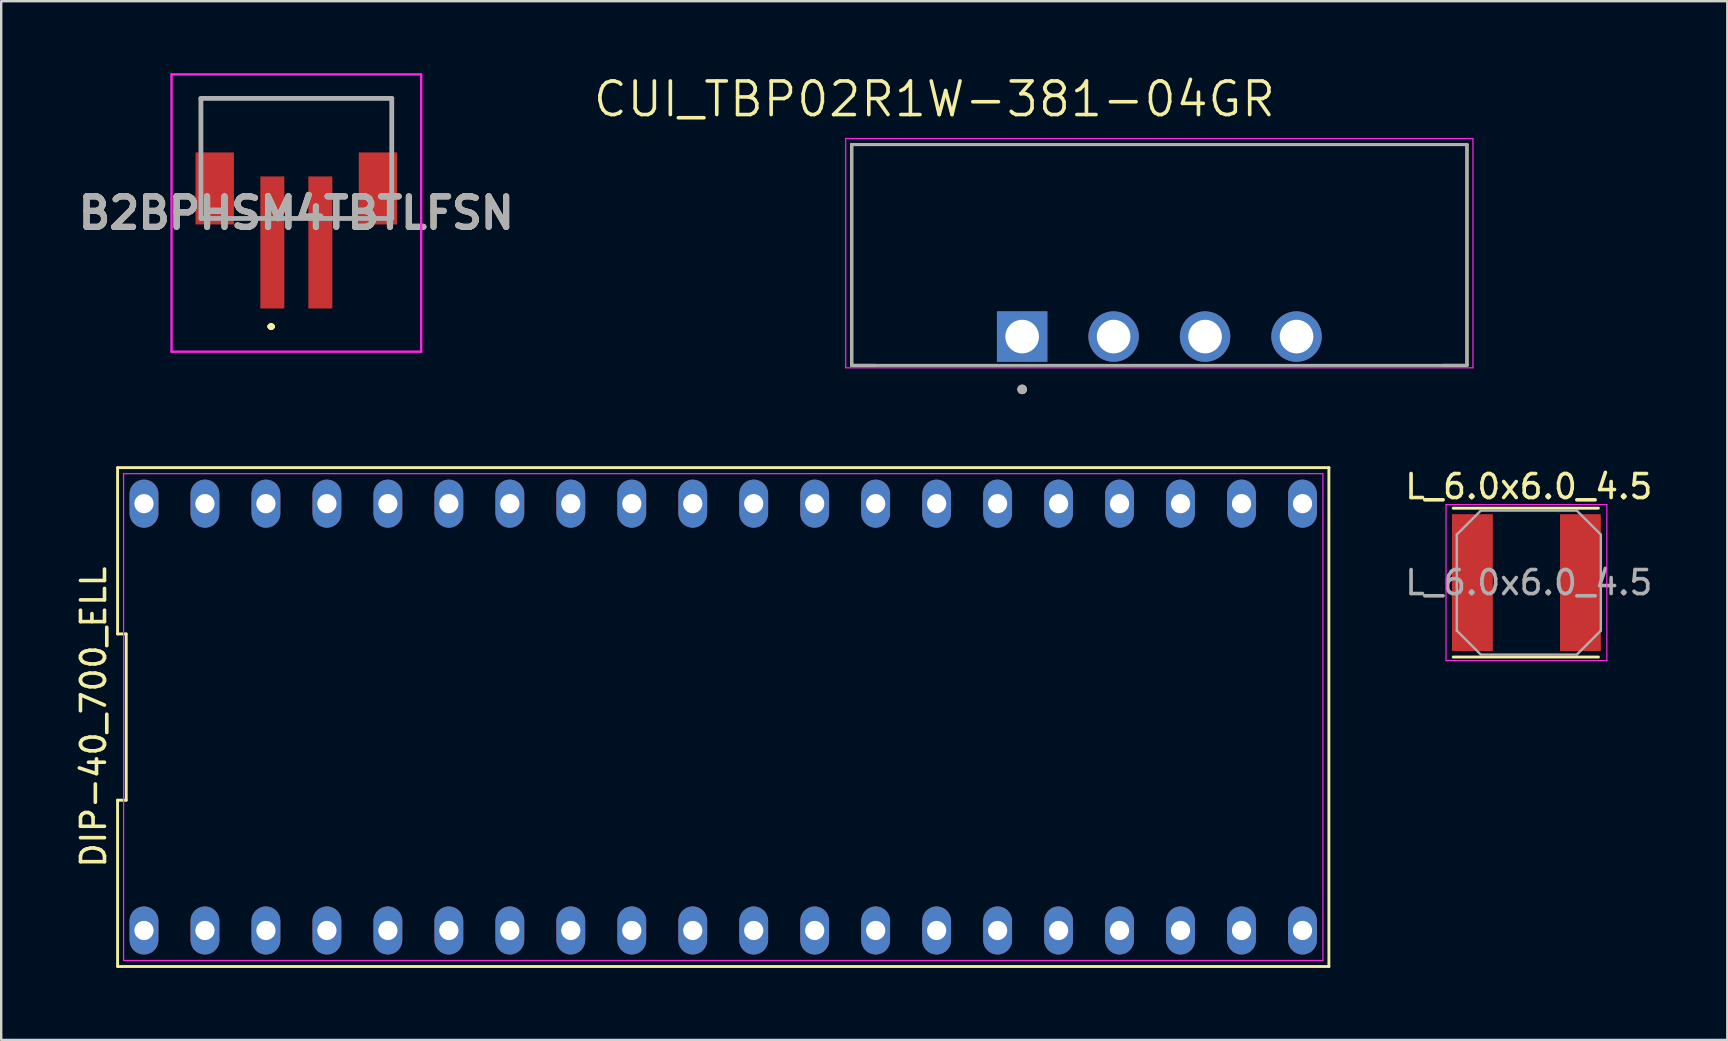
<source format=kicad_pcb>
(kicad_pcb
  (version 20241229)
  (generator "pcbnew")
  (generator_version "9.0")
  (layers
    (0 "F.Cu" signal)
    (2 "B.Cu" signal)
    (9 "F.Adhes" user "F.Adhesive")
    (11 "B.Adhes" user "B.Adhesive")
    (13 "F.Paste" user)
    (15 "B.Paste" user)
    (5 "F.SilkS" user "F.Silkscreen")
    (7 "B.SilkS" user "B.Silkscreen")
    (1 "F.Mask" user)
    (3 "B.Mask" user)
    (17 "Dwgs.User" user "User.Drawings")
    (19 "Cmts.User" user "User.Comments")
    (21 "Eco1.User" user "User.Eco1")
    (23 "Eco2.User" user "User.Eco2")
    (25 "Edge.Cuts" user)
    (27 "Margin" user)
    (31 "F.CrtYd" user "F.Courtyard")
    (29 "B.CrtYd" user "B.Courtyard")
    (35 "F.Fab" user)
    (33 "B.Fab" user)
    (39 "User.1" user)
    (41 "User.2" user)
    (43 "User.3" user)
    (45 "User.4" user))
  (footprint "L_6.0x6.0_4.5"
    (layer "F.Cu")
    (at 60.636 21.22)
    (property "Reference" "L_6.0x6.0_4.5" (at 0 -4 0) (layer "F.SilkS") (effects (font (size 1 1) (thickness 0.15))))
    (attr smd)
    (fp_line (start -3.15 -3.1) (end 2.9 -3.1) (stroke (width 0.12) (type solid)) (layer "F.SilkS"))
    (fp_line (start -3.15 3.1) (end 2.9 3.1) (stroke (width 0.12) (type solid)) (layer "F.SilkS"))
    (fp_line (start 1.25 0) (end 1.25 0.2) (stroke (width 0.12) (type solid)) (layer "F.SilkS"))
    (fp_line (start -3.45 -3.25) (end -3.45 3.25) (stroke (width 0.05) (type solid)) (layer "F.CrtYd"))
    (fp_line (start -3.45 3.25) (end 3.25 3.25) (stroke (width 0.05) (type solid)) (layer "F.CrtYd"))
    (fp_line (start 3.25 -3.25) (end -3.45 -3.25) (stroke (width 0.05) (type solid)) (layer "F.CrtYd"))
    (fp_line (start 3.25 3.25) (end 3.25 -3.25) (stroke (width 0.05) (type solid)) (layer "F.CrtYd"))
    (fp_line (start -3 -2) (end -2 -3) (stroke (width 0.1) (type solid)) (layer "F.Fab"))
    (fp_line (start -3 2) (end -3 -2) (stroke (width 0.1) (type solid)) (layer "F.Fab"))
    (fp_line (start -3 2) (end -2 3) (stroke (width 0.1) (type solid)) (layer "F.Fab"))
    (fp_line (start -2 -3) (end 2 -3) (stroke (width 0.1) (type solid)) (layer "F.Fab"))
    (fp_line (start -2 3) (end 2 3) (stroke (width 0.1) (type solid)) (layer "F.Fab"))
    (fp_line (start 3 -2) (end 2 -3) (stroke (width 0.1) (type solid)) (layer "F.Fab"))
    (fp_line (start 3 2) (end 2 3) (stroke (width 0.1) (type solid)) (layer "F.Fab"))
    (fp_line (start 3 2) (end 3 -2) (stroke (width 0.1) (type solid)) (layer "F.Fab"))
    (fp_text user "${REFERENCE}" (at 0 0 0) (layer "F.Fab") (effects (font (size 1 1) (thickness 0.15))))
    (pad "1" smd rect (at -2.35 0) (size 1.7 5.7) (layers "F.Cu" "F.Mask" "F.Paste"))
    (pad "2" smd rect (at 2.15 0) (size 1.7 5.7) (layers "F.Cu" "F.Mask" "F.Paste")))
  (footprint "CUI_TBP02R1W-381-04GR"
    (layer "F.Cu")
    (at 39.53 10.971)
    (property "Reference" "CUI_TBP02R1W-381-04GR" (at -3.655 -9.889 0) (layer "F.SilkS") (effects (font (size 1.4 1.4) (thickness 0.15))))
    (attr through_hole)
    (fp_line (start -7.1 -8) (end 18.53 -8) (stroke (width 0.127) (type solid)) (layer "F.SilkS"))
    (fp_line (start -7.1 1.2) (end -7.1 -8) (stroke (width 0.127) (type solid)) (layer "F.SilkS"))
    (fp_line (start -7.1 1.2) (end -6.1 1.2) (stroke (width 0.127) (type solid)) (layer "F.SilkS"))
    (fp_line (start 18.53 -8) (end 18.53 1.2) (stroke (width 0.127) (type solid)) (layer "F.SilkS"))
    (fp_line (start 18.53 1.2) (end 17.53 1.2) (stroke (width 0.127) (type solid)) (layer "F.SilkS"))
    (fp_circle (center 0 2.2) (end 0.1 2.2) (stroke (width 0.2) (type solid)) (fill no) (layer "F.SilkS"))
    (fp_line (start -7.35 -8.25) (end 18.78 -8.25) (stroke (width 0.05) (type solid)) (layer "F.CrtYd"))
    (fp_line (start -7.35 1.3) (end -7.35 -8.25) (stroke (width 0.05) (type solid)) (layer "F.CrtYd"))
    (fp_line (start 18.78 -8.25) (end 18.78 1.3) (stroke (width 0.05) (type solid)) (layer "F.CrtYd"))
    (fp_line (start 18.78 1.3) (end -7.35 1.3) (stroke (width 0.05) (type solid)) (layer "F.CrtYd"))
    (fp_line (start -7.1 -8) (end 18.53 -8) (stroke (width 0.127) (type solid)) (layer "F.Fab"))
    (fp_line (start -7.1 1.2) (end -7.1 -8) (stroke (width 0.127) (type solid)) (layer "F.Fab"))
    (fp_line (start 18.53 -8) (end 18.53 1.2) (stroke (width 0.127) (type solid)) (layer "F.Fab"))
    (fp_line (start 18.53 1.2) (end -7.1 1.2) (stroke (width 0.127) (type solid)) (layer "F.Fab"))
    (fp_circle (center 0 2.2) (end 0.1 2.2) (stroke (width 0.2) (type solid)) (fill no) (layer "F.Fab"))
    (pad "1" thru_hole rect (at 0 0) (size 2.1 2.1) (drill 1.4) (layers "*.Cu" "*.Mask"))
    (pad "2" thru_hole circle (at 3.81 0) (size 2.1 2.1) (drill 1.4) (layers "*.Cu" "*.Mask"))
    (pad "3" thru_hole circle (at 7.62 0) (size 2.1 2.1) (drill 1.4) (layers "*.Cu" "*.Mask"))
    (pad "4" thru_hole circle (at 11.43 0) (size 2.1 2.1) (drill 1.4) (layers "*.Cu" "*.Mask")))
  (footprint "B2BPHSM4TBTLFSN"
    (layer "F.Cu")
    (at 9.295 3.55)
    (property "Reference" "B2BPHSM4TBTLFSN" (at 0 2.275 0) (layer "F.SilkS") (effects (font (size 1.27 1.27) (thickness 0.254))))
    (attr smd)
    (fp_line (start -4 -2.5) (end -4 -0.75) (stroke (width 0.1) (type solid)) (layer "F.SilkS"))
    (fp_line (start -4 -0.75) (end -3.975 -0.75) (stroke (width 0.1) (type solid)) (layer "F.SilkS"))
    (fp_line (start -3.975 -2.5) (end -4 -2.5) (stroke (width 0.1) (type solid)) (layer "F.SilkS"))
    (fp_line (start -3.975 -2.5) (end -3.975 -2.5) (stroke (width 0.1) (type solid)) (layer "F.SilkS"))
    (fp_line (start -3.975 -2.5) (end 3.975 -2.5) (stroke (width 0.1) (type solid)) (layer "F.SilkS"))
    (fp_line (start -3.975 -0.75) (end -3.975 -2.5) (stroke (width 0.1) (type solid)) (layer "F.SilkS"))
    (fp_line (start -1.1 7) (end -1.1 7) (stroke (width 0.2) (type solid)) (layer "F.SilkS"))
    (fp_line (start -1.1 7) (end -1.1 7) (stroke (width 0.2) (type solid)) (layer "F.SilkS"))
    (fp_line (start -1 7) (end -1 7) (stroke (width 0.2) (type solid)) (layer "F.SilkS"))
    (fp_line (start 3.975 -2.5) (end -3.975 -2.5) (stroke (width 0.1) (type solid)) (layer "F.SilkS"))
    (fp_line (start 3.975 -2.5) (end 3.975 -2.5) (stroke (width 0.1) (type solid)) (layer "F.SilkS"))
    (fp_line (start 3.975 -2.5) (end 4 -2.5) (stroke (width 0.1) (type solid)) (layer "F.SilkS"))
    (fp_line (start 3.975 -0.75) (end 3.975 -2.5) (stroke (width 0.1) (type solid)) (layer "F.SilkS"))
    (fp_line (start 4 -2.5) (end 4 -0.75) (stroke (width 0.1) (type solid)) (layer "F.SilkS"))
    (fp_line (start 4 -0.75) (end 3.975 -0.75) (stroke (width 0.1) (type solid)) (layer "F.SilkS"))
    (fp_arc (start -1.1 7) (mid -1.05 6.95) (end -1 7) (stroke (width 0.2) (type solid)) (layer "F.SilkS"))
    (fp_arc (start -1 7) (mid -1.05 7.05) (end -1.1 7) (stroke (width 0.2) (type solid)) (layer "F.SilkS"))
    (fp_arc (start -1 7) (mid -1.05 7.05) (end -1.1 7) (stroke (width 0.2) (type solid)) (layer "F.SilkS"))
    (fp_line (start -5.2 -3.5) (end 5.2 -3.5) (stroke (width 0.1) (type solid)) (layer "F.CrtYd"))
    (fp_line (start -5.2 8.05) (end -5.2 -3.5) (stroke (width 0.1) (type solid)) (layer "F.CrtYd"))
    (fp_line (start 5.2 -3.5) (end 5.2 8.05) (stroke (width 0.1) (type solid)) (layer "F.CrtYd"))
    (fp_line (start 5.2 8.05) (end -5.2 8.05) (stroke (width 0.1) (type solid)) (layer "F.CrtYd"))
    (fp_line (start -3.975 -2.5) (end -3.975 2.5) (stroke (width 0.2) (type solid)) (layer "F.Fab"))
    (fp_line (start -3.975 2.5) (end 3.975 2.5) (stroke (width 0.2) (type solid)) (layer "F.Fab"))
    (fp_line (start 3.975 -2.5) (end -3.975 -2.5) (stroke (width 0.2) (type solid)) (layer "F.Fab"))
    (fp_line (start 3.975 2.5) (end 3.975 -2.5) (stroke (width 0.2) (type solid)) (layer "F.Fab"))
    (fp_text user "${REFERENCE}" (at 0 2.275 0) (layer "F.Fab") (effects (font (size 1.27 1.27) (thickness 0.254))))
    (pad "1" smd rect (at -1 3.5) (size 1 5.5) (layers "F.Cu" "F.Mask" "F.Paste"))
    (pad "2" smd rect (at 1 3.5) (size 1 5.5) (layers "F.Cu" "F.Mask" "F.Paste"))
    (pad "MP1" smd rect (at -3.4 1.25) (size 1.6 3) (layers "F.Cu" "F.Mask" "F.Paste"))
    (pad "MP2" smd rect (at 3.4 1.25) (size 1.6 3) (layers "F.Cu" "F.Mask" "F.Paste")))
  (footprint "DIP-40_700_ELL"
    (layer "F.Cu")
    (at 27.078 26.821)
    (property "Reference" "DIP-40_700_ELL" (at -26.23 0 90) (layer "F.SilkS") (effects (font (size 1 1) (thickness 0.15))))
    (fp_line (start -25.23 -10.39) (end -25.23 -3.463) (stroke (width 0.12) (type solid)) (layer "F.SilkS"))
    (fp_line (start -25.23 -3.463) (end -24.87 -3.463) (stroke (width 0.12) (type solid)) (layer "F.SilkS"))
    (fp_line (start -25.23 3.463) (end -25.23 10.39) (stroke (width 0.12) (type solid)) (layer "F.SilkS"))
    (fp_line (start -25.23 10.39) (end 25.23 10.39) (stroke (width 0.12) (type solid)) (layer "F.SilkS"))
    (fp_line (start -24.87 -3.463) (end -24.87 3.463) (stroke (width 0.12) (type solid)) (layer "F.SilkS"))
    (fp_line (start -24.87 3.463) (end -25.23 3.463) (stroke (width 0.12) (type solid)) (layer "F.SilkS"))
    (fp_line (start 25.23 -10.39) (end -25.23 -10.39) (stroke (width 0.12) (type solid)) (layer "F.SilkS"))
    (fp_line (start 25.23 10.39) (end 25.23 -10.39) (stroke (width 0.12) (type solid)) (layer "F.SilkS"))
    (fp_line (start -24.98 -10.14) (end 24.98 -10.14) (stroke (width 0.05) (type solid)) (layer "F.CrtYd"))
    (fp_line (start -24.98 10.14) (end -24.98 -10.14) (stroke (width 0.05) (type solid)) (layer "F.CrtYd"))
    (fp_line (start 24.98 -10.14) (end 24.98 10.14) (stroke (width 0.05) (type solid)) (layer "F.CrtYd"))
    (fp_line (start 24.98 10.14) (end -24.98 10.14) (stroke (width 0.05) (type solid)) (layer "F.CrtYd"))
    (pad "1" thru_hole oval (at -24.13 8.89) (size 1.2 2) (drill 0.8) (layers "*.Cu" "*.Mask"))
    (pad "2" thru_hole oval (at -21.59 8.89) (size 1.2 2) (drill 0.8) (layers "*.Cu" "*.Mask"))
    (pad "3" thru_hole oval (at -19.05 8.89) (size 1.2 2) (drill 0.8) (layers "*.Cu" "*.Mask"))
    (pad "4" thru_hole oval (at -16.51 8.89) (size 1.2 2) (drill 0.8) (layers "*.Cu" "*.Mask"))
    (pad "5" thru_hole oval (at -13.97 8.89) (size 1.2 2) (drill 0.8) (layers "*.Cu" "*.Mask"))
    (pad "6" thru_hole oval (at -11.43 8.89) (size 1.2 2) (drill 0.8) (layers "*.Cu" "*.Mask"))
    (pad "7" thru_hole oval (at -8.89 8.89) (size 1.2 2) (drill 0.8) (layers "*.Cu" "*.Mask"))
    (pad "8" thru_hole oval (at -6.35 8.89) (size 1.2 2) (drill 0.8) (layers "*.Cu" "*.Mask"))
    (pad "9" thru_hole oval (at -3.81 8.89) (size 1.2 2) (drill 0.8) (layers "*.Cu" "*.Mask"))
    (pad "10" thru_hole oval (at -1.27 8.89) (size 1.2 2) (drill 0.8) (layers "*.Cu" "*.Mask"))
    (pad "11" thru_hole oval (at 1.27 8.89) (size 1.2 2) (drill 0.8) (layers "*.Cu" "*.Mask"))
    (pad "12" thru_hole oval (at 3.81 8.89) (size 1.2 2) (drill 0.8) (layers "*.Cu" "*.Mask"))
    (pad "13" thru_hole oval (at 6.35 8.89) (size 1.2 2) (drill 0.8) (layers "*.Cu" "*.Mask"))
    (pad "14" thru_hole oval (at 8.89 8.89) (size 1.2 2) (drill 0.8) (layers "*.Cu" "*.Mask"))
    (pad "15" thru_hole oval (at 11.43 8.89) (size 1.2 2) (drill 0.8) (layers "*.Cu" "*.Mask"))
    (pad "16" thru_hole oval (at 13.97 8.89) (size 1.2 2) (drill 0.8) (layers "*.Cu" "*.Mask"))
    (pad "17" thru_hole oval (at 16.51 8.89) (size 1.2 2) (drill 0.8) (layers "*.Cu" "*.Mask"))
    (pad "18" thru_hole oval (at 19.05 8.89) (size 1.2 2) (drill 0.8) (layers "*.Cu" "*.Mask"))
    (pad "19" thru_hole oval (at 21.59 8.89) (size 1.2 2) (drill 0.8) (layers "*.Cu" "*.Mask"))
    (pad "20" thru_hole oval (at 24.13 8.89) (size 1.2 2) (drill 0.8) (layers "*.Cu" "*.Mask"))
    (pad "21" thru_hole oval (at 24.13 -8.89) (size 1.2 2) (drill 0.8) (layers "*.Cu" "*.Mask"))
    (pad "22" thru_hole oval (at 21.59 -8.89) (size 1.2 2) (drill 0.8) (layers "*.Cu" "*.Mask"))
    (pad "23" thru_hole oval (at 19.05 -8.89) (size 1.2 2) (drill 0.8) (layers "*.Cu" "*.Mask"))
    (pad "24" thru_hole oval (at 16.51 -8.89) (size 1.2 2) (drill 0.8) (layers "*.Cu" "*.Mask"))
    (pad "25" thru_hole oval (at 13.97 -8.89) (size 1.2 2) (drill 0.8) (layers "*.Cu" "*.Mask"))
    (pad "26" thru_hole oval (at 11.43 -8.89) (size 1.2 2) (drill 0.8) (layers "*.Cu" "*.Mask"))
    (pad "27" thru_hole oval (at 8.89 -8.89) (size 1.2 2) (drill 0.8) (layers "*.Cu" "*.Mask"))
    (pad "28" thru_hole oval (at 6.35 -8.89) (size 1.2 2) (drill 0.8) (layers "*.Cu" "*.Mask"))
    (pad "29" thru_hole oval (at 3.81 -8.89) (size 1.2 2) (drill 0.8) (layers "*.Cu" "*.Mask"))
    (pad "30" thru_hole oval (at 1.27 -8.89) (size 1.2 2) (drill 0.8) (layers "*.Cu" "*.Mask"))
    (pad "31" thru_hole oval (at -1.27 -8.89) (size 1.2 2) (drill 0.8) (layers "*.Cu" "*.Mask"))
    (pad "32" thru_hole oval (at -3.81 -8.89) (size 1.2 2) (drill 0.8) (layers "*.Cu" "*.Mask"))
    (pad "33" thru_hole oval (at -6.35 -8.89) (size 1.2 2) (drill 0.8) (layers "*.Cu" "*.Mask"))
    (pad "34" thru_hole oval (at -8.89 -8.89) (size 1.2 2) (drill 0.8) (layers "*.Cu" "*.Mask"))
    (pad "35" thru_hole oval (at -11.43 -8.89) (size 1.2 2) (drill 0.8) (layers "*.Cu" "*.Mask"))
    (pad "36" thru_hole oval (at -13.97 -8.89) (size 1.2 2) (drill 0.8) (layers "*.Cu" "*.Mask"))
    (pad "37" thru_hole oval (at -16.51 -8.89) (size 1.2 2) (drill 0.8) (layers "*.Cu" "*.Mask"))
    (pad "38" thru_hole oval (at -19.05 -8.89) (size 1.2 2) (drill 0.8) (layers "*.Cu" "*.Mask"))
    (pad "39" thru_hole oval (at -21.59 -8.89) (size 1.2 2) (drill 0.8) (layers "*.Cu" "*.Mask"))
    (pad "40" thru_hole oval (at -24.13 -8.89) (size 1.2 2) (drill 0.8) (layers "*.Cu" "*.Mask")))
  (gr_rect
    (start -3 -3)
    (end 68.904 40.271)
    (stroke (width 0.1) (type default))
    (fill no)
    (layer "Edge.Cuts")))
</source>
